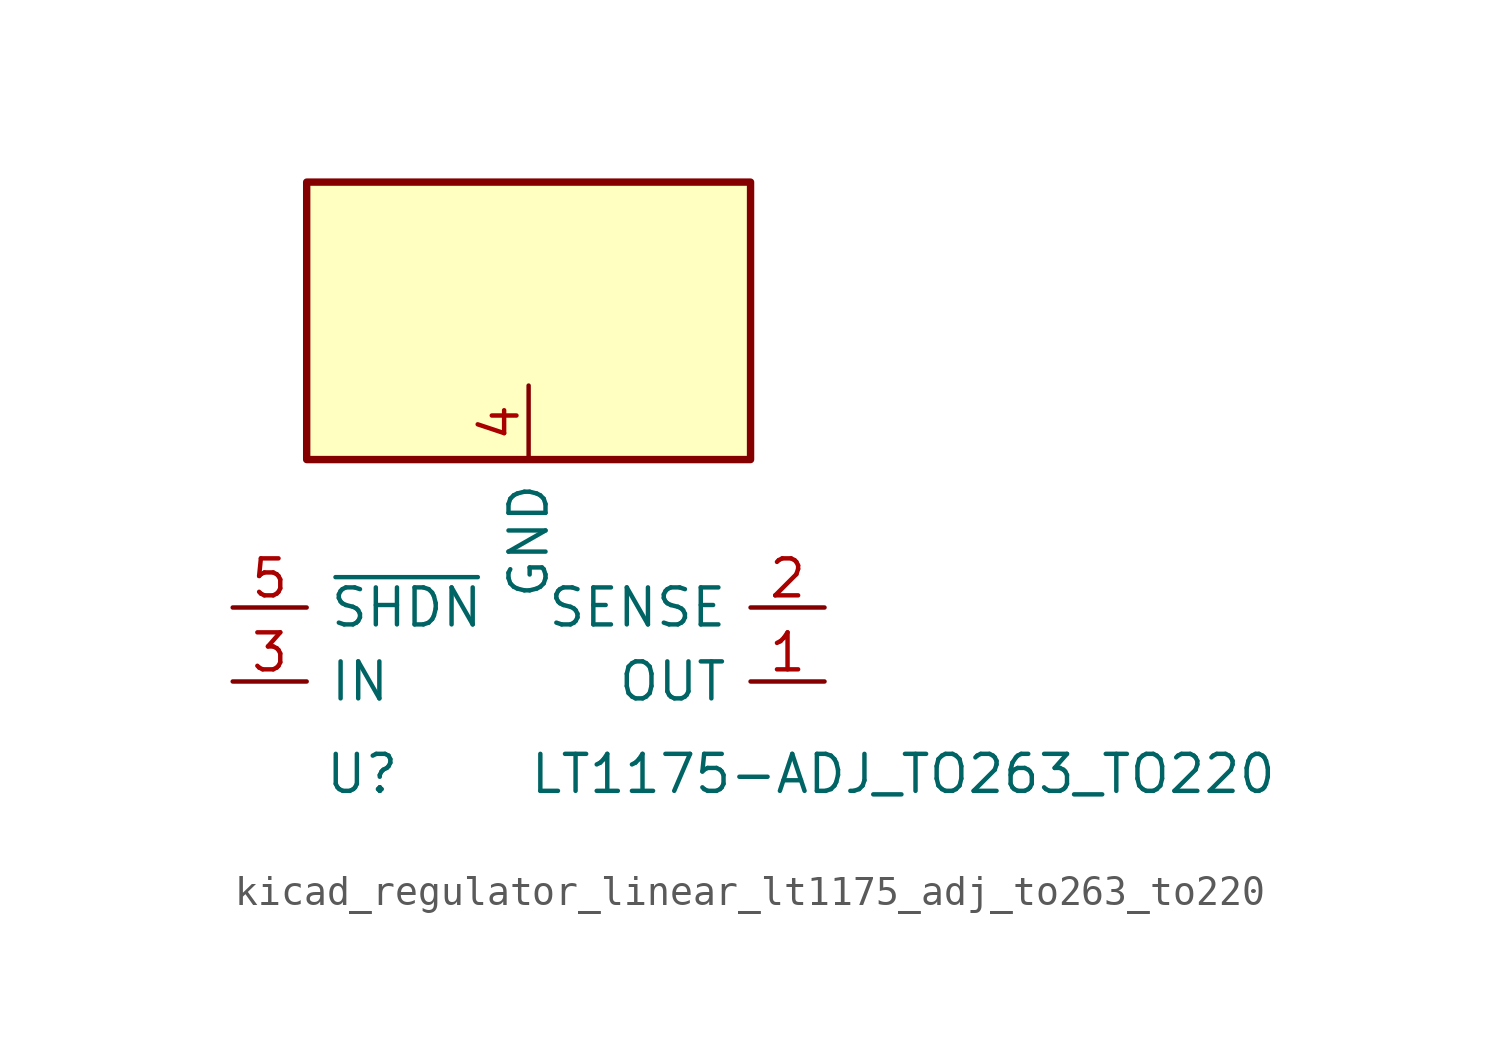
<source format=kicad_sym>
(kicad_symbol_lib
  (version 20220914)
  (generator kicad_symbol_editor)
  (symbol "kicad_regulator_linear_lt1175_adj_to263_to220"
    (pin_names
      (offset 0.762))
    (property "Reference" "U"
      (at -5.715 -3.175 0)
      (effects (font (size 1.27 1.27))))
    (property "Value" "LT1175-ADJ_TO263_TO220"
      (at 0 -3.175 0)
      (effects (font (size 1.27 1.27)) (justify left)))
    (symbol "kicad_regulator_linear_lt1175_adj_to263_to220_0_1"
      (rectangle (start 7.62 17.145) (end -7.62 7.62) (stroke (width 0.254) (type default)) (fill (type background))))
    (symbol "kicad_regulator_linear_lt1175_adj_to263_to220_1_1"
      (pin power_out line (at 10.16 0 180) (length 2.54) (name "OUT" (effects (font (size 1.27 1.27)))) (number "1" (effects (font (size 1.27 1.27)))))
      (pin input line (at 10.16 2.54 180) (length 2.54) (name "SENSE" (effects (font (size 1.27 1.27)))) (number "2" (effects (font (size 1.27 1.27)))))
      (pin power_in line (at -10.16 0 0) (length 2.54) (name "IN" (effects (font (size 1.27 1.27)))) (number "3" (effects (font (size 1.27 1.27)))))
      (pin power_in line (at 0 10.16 270) (length 2.54) (name "GND" (effects (font (size 1.27 1.27)))) (number "4" (effects (font (size 1.27 1.27)))))
      (pin input line (at -10.16 2.54 0) (length 2.54) (name "~{SHDN}" (effects (font (size 1.27 1.27)))) (number "5" (effects (font (size 1.27 1.27))))))))
</source>
